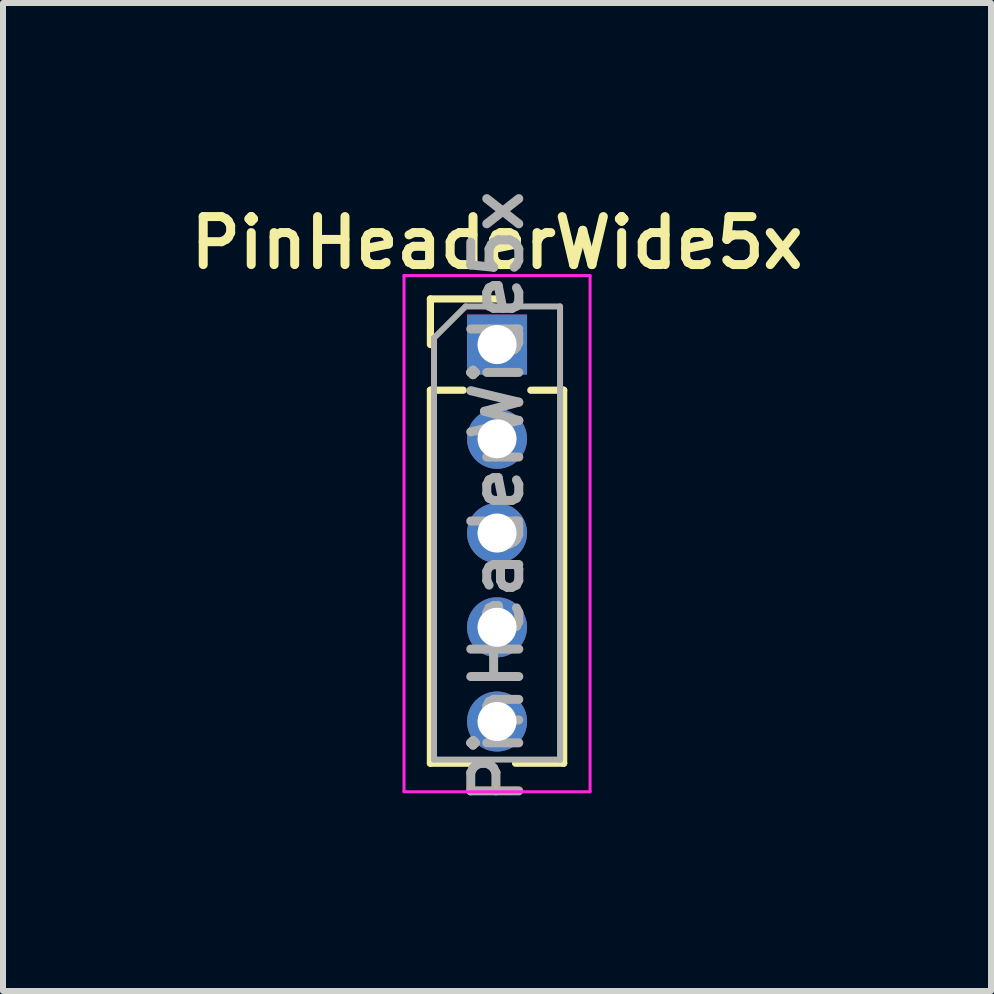
<source format=kicad_pcb>
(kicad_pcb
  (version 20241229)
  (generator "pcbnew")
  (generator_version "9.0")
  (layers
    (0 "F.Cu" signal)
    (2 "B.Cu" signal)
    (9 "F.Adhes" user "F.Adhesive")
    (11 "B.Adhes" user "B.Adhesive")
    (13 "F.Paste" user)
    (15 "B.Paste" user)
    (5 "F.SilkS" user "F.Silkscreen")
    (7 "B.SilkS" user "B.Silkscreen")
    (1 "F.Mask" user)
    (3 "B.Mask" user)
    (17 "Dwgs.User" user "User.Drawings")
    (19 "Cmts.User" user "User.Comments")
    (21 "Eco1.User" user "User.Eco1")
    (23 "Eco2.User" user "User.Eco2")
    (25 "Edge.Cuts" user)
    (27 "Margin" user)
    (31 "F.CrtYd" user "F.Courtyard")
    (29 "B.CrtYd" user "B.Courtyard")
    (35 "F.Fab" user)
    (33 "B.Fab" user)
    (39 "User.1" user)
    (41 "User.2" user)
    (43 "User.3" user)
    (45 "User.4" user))
  (footprint "PinHeaderWide5x"
    (layer "F.Cu")
    (at 5.231 2.691)
    (property "Reference" "PinHeaderWide5x" (at 0 -1.695 180) (layer "F.SilkS") (effects (font (size 0.8 0.8) (thickness 0.15))))
    (attr through_hole)
    (fp_line (start -1.11 -0.76) (end 0 -0.76) (stroke (width 0.12) (type solid)) (layer "F.SilkS"))
    (fp_line (start -1.11 0) (end -1.11 -0.76) (stroke (width 0.12) (type solid)) (layer "F.SilkS"))
    (fp_line (start -1.11 0.76) (end -1.11 6.975) (stroke (width 0.12) (type solid)) (layer "F.SilkS"))
    (fp_line (start -1.11 0.76) (end -0.563 0.76) (stroke (width 0.12) (type solid)) (layer "F.SilkS"))
    (fp_line (start -1.11 6.975) (end -0.308 6.975) (stroke (width 0.12) (type solid)) (layer "F.SilkS"))
    (fp_line (start 0.308 6.975) (end 1.11 6.975) (stroke (width 0.12) (type solid)) (layer "F.SilkS"))
    (fp_line (start 0.563 0.76) (end 1.11 0.76) (stroke (width 0.12) (type solid)) (layer "F.SilkS"))
    (fp_line (start 1.11 0.76) (end 1.11 6.975) (stroke (width 0.12) (type solid)) (layer "F.SilkS"))
    (fp_line (start -1.55 -1.15) (end -1.55 7.45) (stroke (width 0.05) (type solid)) (layer "F.CrtYd"))
    (fp_line (start -1.55 7.45) (end 1.55 7.45) (stroke (width 0.05) (type solid)) (layer "F.CrtYd"))
    (fp_line (start 1.55 -1.15) (end -1.55 -1.15) (stroke (width 0.05) (type solid)) (layer "F.CrtYd"))
    (fp_line (start 1.55 7.45) (end 1.55 -1.15) (stroke (width 0.05) (type solid)) (layer "F.CrtYd"))
    (fp_line (start -1.05 -0.11) (end -0.525 -0.635) (stroke (width 0.1) (type solid)) (layer "F.Fab"))
    (fp_line (start -1.05 6.915) (end -1.05 -0.11) (stroke (width 0.1) (type solid)) (layer "F.Fab"))
    (fp_line (start -0.525 -0.635) (end 1.05 -0.635) (stroke (width 0.1) (type solid)) (layer "F.Fab"))
    (fp_line (start 1.05 -0.635) (end 1.05 6.915) (stroke (width 0.1) (type solid)) (layer "F.Fab"))
    (fp_line (start 1.05 6.915) (end -1.05 6.915) (stroke (width 0.1) (type solid)) (layer "F.Fab"))
    (fp_text user "${REFERENCE}" (at 0 2.54 90) (layer "F.Fab") (effects (font (size 0.8 0.8) (thickness 0.15))))
    (pad "1" thru_hole rect (at 0 0) (size 1 1) (drill 0.65) (layers "*.Cu" "*.Mask"))
    (pad "2" thru_hole oval (at 0 1.57) (size 1 1) (drill 0.65) (layers "*.Cu" "*.Mask"))
    (pad "3" thru_hole oval (at 0 3.14) (size 1 1) (drill 0.65) (layers "*.Cu" "*.Mask"))
    (pad "4" thru_hole oval (at 0 4.71) (size 1 1) (drill 0.65) (layers "*.Cu" "*.Mask"))
    (pad "5" thru_hole oval (at 0 6.28) (size 1 1) (drill 0.65) (layers "*.Cu" "*.Mask")))
  (gr_rect
    (start -3 -3)
    (end 13.461 13.461)
    (stroke (width 0.1) (type default))
    (fill no)
    (layer "Edge.Cuts")))
</source>
